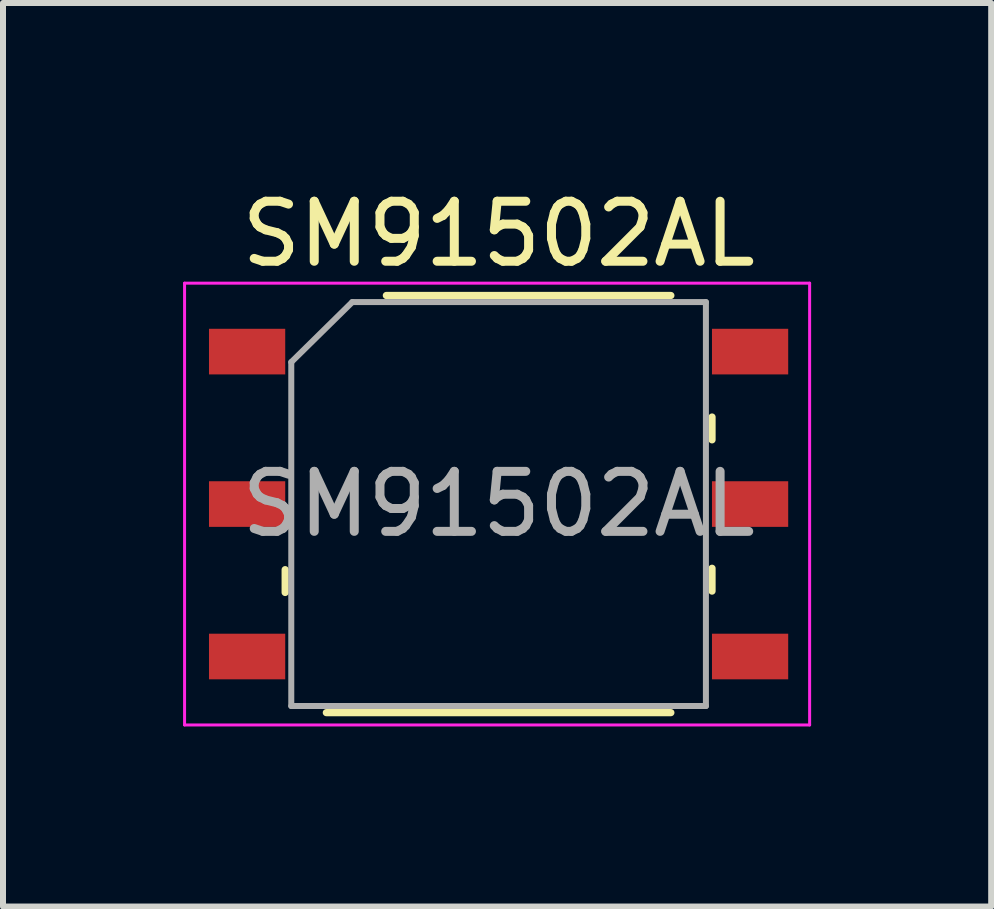
<source format=kicad_pcb>
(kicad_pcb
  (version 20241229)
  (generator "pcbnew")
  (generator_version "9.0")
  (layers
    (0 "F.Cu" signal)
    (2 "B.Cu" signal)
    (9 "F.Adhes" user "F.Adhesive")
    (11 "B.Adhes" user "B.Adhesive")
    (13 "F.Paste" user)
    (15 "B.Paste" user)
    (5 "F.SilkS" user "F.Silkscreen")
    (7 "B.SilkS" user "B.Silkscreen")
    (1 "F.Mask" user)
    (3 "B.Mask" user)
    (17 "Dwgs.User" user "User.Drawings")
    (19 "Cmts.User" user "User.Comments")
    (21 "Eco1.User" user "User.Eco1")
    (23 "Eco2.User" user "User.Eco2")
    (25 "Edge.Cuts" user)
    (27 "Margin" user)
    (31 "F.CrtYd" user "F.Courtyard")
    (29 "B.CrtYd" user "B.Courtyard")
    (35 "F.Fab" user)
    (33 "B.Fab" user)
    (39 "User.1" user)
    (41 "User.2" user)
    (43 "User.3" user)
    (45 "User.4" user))
  (footprint "SM91502AL"
    (layer "F.Cu")
    (at 5.257 5.348)
    (property "Reference" "SM91502AL" (at 0 -4.5 0) (layer "F.SilkS") (effects (font (size 1 1) (thickness 0.15))))
    (attr smd)
    (fp_line (start -3.556 1.093) (end -3.556 1.473) (stroke (width 0.12) (type solid)) (layer "F.SilkS"))
    (fp_line (start -2.87 3.475) (end 2.87 3.475) (stroke (width 0.12) (type solid)) (layer "F.SilkS"))
    (fp_line (start -1.87 -3.475) (end 2.87 -3.475) (stroke (width 0.12) (type solid)) (layer "F.SilkS"))
    (fp_line (start 3.556 -1.45) (end 3.556 -1.07) (stroke (width 0.12) (type solid)) (layer "F.SilkS"))
    (fp_line (start 3.556 1.45) (end 3.556 1.07) (stroke (width 0.12) (type solid)) (layer "F.SilkS"))
    (fp_line (start -5.232 -3.68) (end 5.182 -3.68) (stroke (width 0.05) (type solid)) (layer "F.CrtYd"))
    (fp_line (start -5.232 3.68) (end -5.232 -3.68) (stroke (width 0.05) (type solid)) (layer "F.CrtYd"))
    (fp_line (start 5.182 -3.68) (end 5.182 3.68) (stroke (width 0.05) (type solid)) (layer "F.CrtYd"))
    (fp_line (start 5.182 3.68) (end -5.232 3.68) (stroke (width 0.05) (type solid)) (layer "F.CrtYd"))
    (fp_line (start -3.454 3.365) (end -3.454 -2.365) (stroke (width 0.1) (type solid)) (layer "F.Fab"))
    (fp_line (start -2.438 -3.365) (end -3.454 -2.365) (stroke (width 0.1) (type solid)) (layer "F.Fab"))
    (fp_line (start -2.438 -3.365) (end 3.454 -3.365) (stroke (width 0.1) (type solid)) (layer "F.Fab"))
    (fp_line (start 3.454 -3.365) (end 3.454 3.365) (stroke (width 0.1) (type solid)) (layer "F.Fab"))
    (fp_line (start 3.454 3.365) (end -3.454 3.365) (stroke (width 0.1) (type solid)) (layer "F.Fab"))
    (fp_text user "${REFERENCE}" (at 0 0 0) (layer "F.Fab") (effects (font (size 1 1) (thickness 0.15))))
    (pad "1" smd rect (at -4.19 -2.54) (size 1.27 0.76) (layers "F.Cu" "F.Mask" "F.Paste"))
    (pad "2" smd rect (at -4.19 0 90) (size 0.76 1.27) (layers "F.Cu" "F.Mask" "F.Paste"))
    (pad "3" smd rect (at -4.19 2.54) (size 1.27 0.76) (layers "F.Cu" "F.Mask" "F.Paste"))
    (pad "4" smd rect (at 4.19 2.54) (size 1.27 0.76) (layers "F.Cu" "F.Mask" "F.Paste"))
    (pad "5" smd rect (at 4.19 0) (size 1.27 0.76) (layers "F.Cu" "F.Mask" "F.Paste"))
    (pad "6" smd rect (at 4.19 -2.54) (size 1.27 0.76) (layers "F.Cu" "F.Mask" "F.Paste")))
  (gr_rect
    (start -3 -3)
    (end 13.464 12.053)
    (stroke (width 0.1) (type default))
    (fill no)
    (layer "Edge.Cuts")))
</source>
